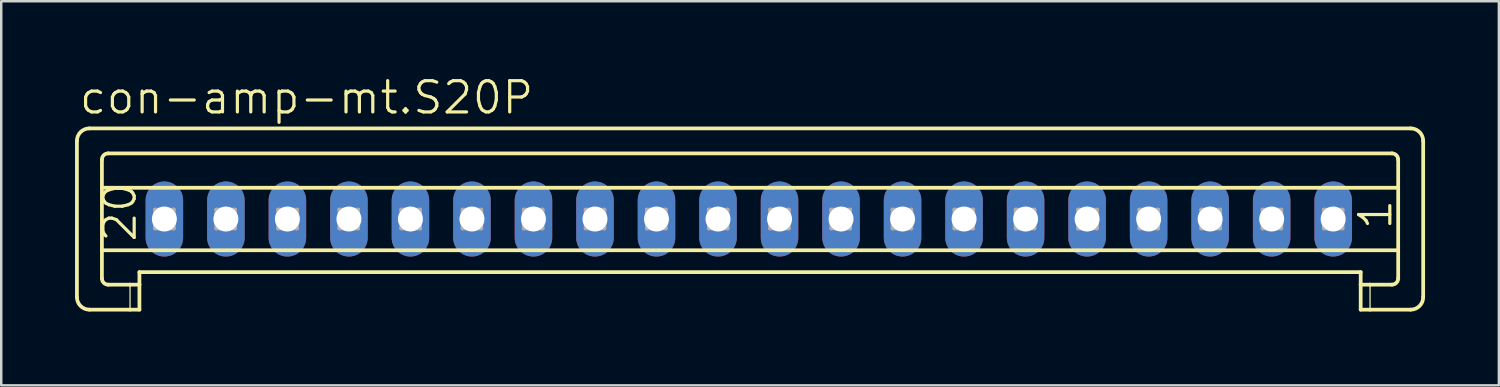
<source format=kicad_pcb>
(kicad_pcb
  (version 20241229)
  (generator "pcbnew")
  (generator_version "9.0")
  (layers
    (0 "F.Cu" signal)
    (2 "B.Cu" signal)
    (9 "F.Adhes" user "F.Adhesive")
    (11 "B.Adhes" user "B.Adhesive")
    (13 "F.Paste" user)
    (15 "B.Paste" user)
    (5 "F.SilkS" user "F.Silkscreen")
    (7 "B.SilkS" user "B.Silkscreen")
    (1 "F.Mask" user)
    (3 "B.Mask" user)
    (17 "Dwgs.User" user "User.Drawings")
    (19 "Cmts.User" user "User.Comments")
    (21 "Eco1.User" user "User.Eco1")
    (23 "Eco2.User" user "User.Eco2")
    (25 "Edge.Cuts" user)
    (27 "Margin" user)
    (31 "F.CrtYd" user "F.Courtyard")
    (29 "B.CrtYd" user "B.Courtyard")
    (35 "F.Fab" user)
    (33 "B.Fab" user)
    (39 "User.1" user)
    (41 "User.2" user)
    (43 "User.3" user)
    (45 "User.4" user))
  (footprint "con-amp-mt.S20P"
    (layer "F.Cu")
    (at 27.38 5.851)
    (property "Reference" "con-amp-mt.S20P" (at -27.279 -4.191 0) (layer "F.SilkS") (effects (font (size 1.27 1.27) (thickness 0.13)) (justify left bottom)))
    (attr through_hole)
    (fp_line (start -27.304 -3.175) (end -27.304 3.175) (stroke (width 0.152) (type default)) (layer "F.SilkS"))
    (fp_line (start -26.796 -3.683) (end 26.9 -3.683) (stroke (width 0.152) (type default)) (layer "F.SilkS"))
    (fp_line (start -26.288 -1.27) (end -26.288 -2.413) (stroke (width 0.152) (type default)) (layer "F.SilkS"))
    (fp_line (start -26.288 -1.27) (end 26.392 -1.27) (stroke (width 0.152) (type default)) (layer "F.SilkS"))
    (fp_line (start -26.288 1.27) (end -26.288 -1.27) (stroke (width 0.152) (type default)) (layer "F.SilkS"))
    (fp_line (start -26.288 1.27) (end 26.392 1.27) (stroke (width 0.152) (type default)) (layer "F.SilkS"))
    (fp_line (start -26.288 2.413) (end -26.288 1.27) (stroke (width 0.152) (type default)) (layer "F.SilkS"))
    (fp_line (start -26.034 -2.667) (end 26.138 -2.667) (stroke (width 0.152) (type default)) (layer "F.SilkS"))
    (fp_line (start -26.034 2.667) (end -25.145 2.667) (stroke (width 0.152) (type default)) (layer "F.SilkS"))
    (fp_line (start -25.145 2.667) (end -25.145 3.683) (stroke (width 0.051) (type default)) (layer "F.SilkS"))
    (fp_line (start -25.145 2.667) (end -24.764 2.667) (stroke (width 0.152) (type default)) (layer "F.SilkS"))
    (fp_line (start -25.145 3.683) (end -26.796 3.683) (stroke (width 0.152) (type default)) (layer "F.SilkS"))
    (fp_line (start -24.764 2.159) (end 24.868 2.159) (stroke (width 0.152) (type default)) (layer "F.SilkS"))
    (fp_line (start -24.764 2.667) (end -24.764 2.159) (stroke (width 0.152) (type default)) (layer "F.SilkS"))
    (fp_line (start -24.764 2.667) (end -24.764 3.683) (stroke (width 0.152) (type default)) (layer "F.SilkS"))
    (fp_line (start -24.764 3.683) (end -25.145 3.683) (stroke (width 0.152) (type default)) (layer "F.SilkS"))
    (fp_line (start 24.868 2.667) (end 24.868 2.159) (stroke (width 0.152) (type default)) (layer "F.SilkS"))
    (fp_line (start 24.868 2.667) (end 25.249 2.667) (stroke (width 0.152) (type default)) (layer "F.SilkS"))
    (fp_line (start 24.868 3.683) (end 24.868 2.667) (stroke (width 0.152) (type default)) (layer "F.SilkS"))
    (fp_line (start 25.249 2.667) (end 25.249 3.683) (stroke (width 0.051) (type default)) (layer "F.SilkS"))
    (fp_line (start 25.249 2.667) (end 26.138 2.667) (stroke (width 0.152) (type default)) (layer "F.SilkS"))
    (fp_line (start 25.249 3.683) (end 24.868 3.683) (stroke (width 0.152) (type default)) (layer "F.SilkS"))
    (fp_line (start 26.392 -1.27) (end 26.392 -2.413) (stroke (width 0.152) (type default)) (layer "F.SilkS"))
    (fp_line (start 26.392 1.27) (end 26.392 -1.27) (stroke (width 0.152) (type default)) (layer "F.SilkS"))
    (fp_line (start 26.392 2.413) (end 26.392 1.27) (stroke (width 0.152) (type default)) (layer "F.SilkS"))
    (fp_line (start 26.9 3.683) (end 25.249 3.683) (stroke (width 0.152) (type default)) (layer "F.SilkS"))
    (fp_line (start 27.408 -3.175) (end 27.408 3.175) (stroke (width 0.152) (type default)) (layer "F.SilkS"))
    (fp_arc (start -27.304 -3.175) (mid -27.15521 -3.53421) (end -26.796 -3.683) (stroke (width 0.1524) (type default)) (layer "F.SilkS"))
    (fp_arc (start -26.796 3.683) (mid -27.15521 3.53421) (end -27.304 3.175) (stroke (width 0.1524) (type default)) (layer "F.SilkS"))
    (fp_arc (start -26.288 -2.413) (mid -26.213605 -2.592605) (end -26.034 -2.667) (stroke (width 0.1524) (type default)) (layer "F.SilkS"))
    (fp_arc (start -26.034 2.667) (mid -26.213605 2.592605) (end -26.288 2.413) (stroke (width 0.1524) (type default)) (layer "F.SilkS"))
    (fp_arc (start 26.138 -2.667) (mid 26.317605 -2.592605) (end 26.392 -2.413) (stroke (width 0.1524) (type default)) (layer "F.SilkS"))
    (fp_arc (start 26.392 2.413) (mid 26.317605 2.592605) (end 26.138 2.667) (stroke (width 0.1524) (type default)) (layer "F.SilkS"))
    (fp_arc (start 26.9 -3.683) (mid 27.25921 -3.53421) (end 27.408 -3.175) (stroke (width 0.1524) (type default)) (layer "F.SilkS"))
    (fp_arc (start 27.408 3.175) (mid 27.25921 3.53421) (end 26.9 3.683) (stroke (width 0.1524) (type default)) (layer "F.SilkS"))
    (fp_line (start -24.129 -0.381) (end -24.129 0.381) (stroke (width 0.152) (type default)) (layer "F.Fab"))
    (fp_line (start -24.129 -0.381) (end -23.367 0.381) (stroke (width 0.152) (type default)) (layer "F.Fab"))
    (fp_line (start -24.129 0.381) (end -23.367 0.381) (stroke (width 0.152) (type default)) (layer "F.Fab"))
    (fp_line (start -23.367 -0.381) (end -24.129 -0.381) (stroke (width 0.152) (type default)) (layer "F.Fab"))
    (fp_line (start -23.367 -0.381) (end -24.129 0.381) (stroke (width 0.152) (type default)) (layer "F.Fab"))
    (fp_line (start -23.367 0.381) (end -23.367 -0.381) (stroke (width 0.152) (type default)) (layer "F.Fab"))
    (fp_line (start -21.64 -0.381) (end -21.64 0.381) (stroke (width 0.152) (type default)) (layer "F.Fab"))
    (fp_line (start -21.64 -0.381) (end -20.878 0.381) (stroke (width 0.152) (type default)) (layer "F.Fab"))
    (fp_line (start -21.64 0.381) (end -20.878 0.381) (stroke (width 0.152) (type default)) (layer "F.Fab"))
    (fp_line (start -20.878 -0.381) (end -21.64 -0.381) (stroke (width 0.152) (type default)) (layer "F.Fab"))
    (fp_line (start -20.878 -0.381) (end -21.64 0.381) (stroke (width 0.152) (type default)) (layer "F.Fab"))
    (fp_line (start -20.878 0.381) (end -20.878 -0.381) (stroke (width 0.152) (type default)) (layer "F.Fab"))
    (fp_line (start -19.125 -0.381) (end -19.125 0.381) (stroke (width 0.152) (type default)) (layer "F.Fab"))
    (fp_line (start -19.125 -0.381) (end -18.363 0.381) (stroke (width 0.152) (type default)) (layer "F.Fab"))
    (fp_line (start -19.125 0.381) (end -18.363 0.381) (stroke (width 0.152) (type default)) (layer "F.Fab"))
    (fp_line (start -18.363 -0.381) (end -19.125 -0.381) (stroke (width 0.152) (type default)) (layer "F.Fab"))
    (fp_line (start -18.363 -0.381) (end -19.125 0.381) (stroke (width 0.152) (type default)) (layer "F.Fab"))
    (fp_line (start -18.363 0.381) (end -18.363 -0.381) (stroke (width 0.152) (type default)) (layer "F.Fab"))
    (fp_line (start -16.636 -0.381) (end -16.636 0.381) (stroke (width 0.152) (type default)) (layer "F.Fab"))
    (fp_line (start -16.636 -0.381) (end -15.874 0.381) (stroke (width 0.152) (type default)) (layer "F.Fab"))
    (fp_line (start -16.636 0.381) (end -15.874 0.381) (stroke (width 0.152) (type default)) (layer "F.Fab"))
    (fp_line (start -15.874 -0.381) (end -16.636 -0.381) (stroke (width 0.152) (type default)) (layer "F.Fab"))
    (fp_line (start -15.874 -0.381) (end -16.636 0.381) (stroke (width 0.152) (type default)) (layer "F.Fab"))
    (fp_line (start -15.874 0.381) (end -15.874 -0.381) (stroke (width 0.152) (type default)) (layer "F.Fab"))
    (fp_line (start -14.121 -0.381) (end -14.121 0.381) (stroke (width 0.152) (type default)) (layer "F.Fab"))
    (fp_line (start -14.121 -0.381) (end -13.359 0.381) (stroke (width 0.152) (type default)) (layer "F.Fab"))
    (fp_line (start -14.121 0.381) (end -13.359 0.381) (stroke (width 0.152) (type default)) (layer "F.Fab"))
    (fp_line (start -13.359 -0.381) (end -14.121 -0.381) (stroke (width 0.152) (type default)) (layer "F.Fab"))
    (fp_line (start -13.359 -0.381) (end -14.121 0.381) (stroke (width 0.152) (type default)) (layer "F.Fab"))
    (fp_line (start -13.359 0.381) (end -13.359 -0.381) (stroke (width 0.152) (type default)) (layer "F.Fab"))
    (fp_line (start -11.632 -0.381) (end -11.632 0.381) (stroke (width 0.152) (type default)) (layer "F.Fab"))
    (fp_line (start -11.632 -0.381) (end -10.87 0.381) (stroke (width 0.152) (type default)) (layer "F.Fab"))
    (fp_line (start -11.632 0.381) (end -10.87 0.381) (stroke (width 0.152) (type default)) (layer "F.Fab"))
    (fp_line (start -10.87 -0.381) (end -11.632 -0.381) (stroke (width 0.152) (type default)) (layer "F.Fab"))
    (fp_line (start -10.87 -0.381) (end -11.632 0.381) (stroke (width 0.152) (type default)) (layer "F.Fab"))
    (fp_line (start -10.87 0.381) (end -10.87 -0.381) (stroke (width 0.152) (type default)) (layer "F.Fab"))
    (fp_line (start -9.143 -0.381) (end -9.143 0.381) (stroke (width 0.152) (type default)) (layer "F.Fab"))
    (fp_line (start -9.143 -0.381) (end -8.381 0.381) (stroke (width 0.152) (type default)) (layer "F.Fab"))
    (fp_line (start -9.143 0.381) (end -8.381 0.381) (stroke (width 0.152) (type default)) (layer "F.Fab"))
    (fp_line (start -8.381 -0.381) (end -9.143 -0.381) (stroke (width 0.152) (type default)) (layer "F.Fab"))
    (fp_line (start -8.381 -0.381) (end -9.143 0.381) (stroke (width 0.152) (type default)) (layer "F.Fab"))
    (fp_line (start -8.381 0.381) (end -8.381 -0.381) (stroke (width 0.152) (type default)) (layer "F.Fab"))
    (fp_line (start -6.628 -0.381) (end -6.628 0.381) (stroke (width 0.152) (type default)) (layer "F.Fab"))
    (fp_line (start -6.628 -0.381) (end -5.866 0.381) (stroke (width 0.152) (type default)) (layer "F.Fab"))
    (fp_line (start -6.628 0.381) (end -5.866 0.381) (stroke (width 0.152) (type default)) (layer "F.Fab"))
    (fp_line (start -5.866 -0.381) (end -6.628 -0.381) (stroke (width 0.152) (type default)) (layer "F.Fab"))
    (fp_line (start -5.866 -0.381) (end -6.628 0.381) (stroke (width 0.152) (type default)) (layer "F.Fab"))
    (fp_line (start -5.866 0.381) (end -5.866 -0.381) (stroke (width 0.152) (type default)) (layer "F.Fab"))
    (fp_line (start -4.139 -0.381) (end -4.139 0.381) (stroke (width 0.152) (type default)) (layer "F.Fab"))
    (fp_line (start -4.139 -0.381) (end -3.377 0.381) (stroke (width 0.152) (type default)) (layer "F.Fab"))
    (fp_line (start -4.139 0.381) (end -3.377 0.381) (stroke (width 0.152) (type default)) (layer "F.Fab"))
    (fp_line (start -3.377 -0.381) (end -4.139 -0.381) (stroke (width 0.152) (type default)) (layer "F.Fab"))
    (fp_line (start -3.377 -0.381) (end -4.139 0.381) (stroke (width 0.152) (type default)) (layer "F.Fab"))
    (fp_line (start -3.377 0.381) (end -3.377 -0.381) (stroke (width 0.152) (type default)) (layer "F.Fab"))
    (fp_line (start -1.625 -0.381) (end -1.625 0.381) (stroke (width 0.152) (type default)) (layer "F.Fab"))
    (fp_line (start -1.625 -0.381) (end -0.863 0.381) (stroke (width 0.152) (type default)) (layer "F.Fab"))
    (fp_line (start -1.625 0.381) (end -0.863 0.381) (stroke (width 0.152) (type default)) (layer "F.Fab"))
    (fp_line (start -0.863 -0.381) (end -1.625 -0.381) (stroke (width 0.152) (type default)) (layer "F.Fab"))
    (fp_line (start -0.863 -0.381) (end -1.625 0.381) (stroke (width 0.152) (type default)) (layer "F.Fab"))
    (fp_line (start -0.863 0.381) (end -0.863 -0.381) (stroke (width 0.152) (type default)) (layer "F.Fab"))
    (fp_line (start 0.865 -0.381) (end 0.865 0.381) (stroke (width 0.152) (type default)) (layer "F.Fab"))
    (fp_line (start 0.865 -0.381) (end 1.627 0.381) (stroke (width 0.152) (type default)) (layer "F.Fab"))
    (fp_line (start 0.865 0.381) (end 1.627 0.381) (stroke (width 0.152) (type default)) (layer "F.Fab"))
    (fp_line (start 1.627 -0.381) (end 0.865 -0.381) (stroke (width 0.152) (type default)) (layer "F.Fab"))
    (fp_line (start 1.627 -0.381) (end 0.865 0.381) (stroke (width 0.152) (type default)) (layer "F.Fab"))
    (fp_line (start 1.627 0.381) (end 1.627 -0.381) (stroke (width 0.152) (type default)) (layer "F.Fab"))
    (fp_line (start 3.354 -0.381) (end 3.354 0.381) (stroke (width 0.152) (type default)) (layer "F.Fab"))
    (fp_line (start 3.354 -0.381) (end 4.116 0.381) (stroke (width 0.152) (type default)) (layer "F.Fab"))
    (fp_line (start 3.354 0.381) (end 4.116 0.381) (stroke (width 0.152) (type default)) (layer "F.Fab"))
    (fp_line (start 4.116 -0.381) (end 3.354 -0.381) (stroke (width 0.152) (type default)) (layer "F.Fab"))
    (fp_line (start 4.116 -0.381) (end 3.354 0.381) (stroke (width 0.152) (type default)) (layer "F.Fab"))
    (fp_line (start 4.116 0.381) (end 4.116 -0.381) (stroke (width 0.152) (type default)) (layer "F.Fab"))
    (fp_line (start 5.843 -0.381) (end 5.843 0.381) (stroke (width 0.152) (type default)) (layer "F.Fab"))
    (fp_line (start 5.843 -0.381) (end 6.605 0.381) (stroke (width 0.152) (type default)) (layer "F.Fab"))
    (fp_line (start 5.843 0.381) (end 6.605 0.381) (stroke (width 0.152) (type default)) (layer "F.Fab"))
    (fp_line (start 6.605 -0.381) (end 5.843 -0.381) (stroke (width 0.152) (type default)) (layer "F.Fab"))
    (fp_line (start 6.605 -0.381) (end 5.843 0.381) (stroke (width 0.152) (type default)) (layer "F.Fab"))
    (fp_line (start 6.605 0.381) (end 6.605 -0.381) (stroke (width 0.152) (type default)) (layer "F.Fab"))
    (fp_line (start 8.358 -0.381) (end 8.358 0.381) (stroke (width 0.152) (type default)) (layer "F.Fab"))
    (fp_line (start 8.358 -0.381) (end 9.12 0.381) (stroke (width 0.152) (type default)) (layer "F.Fab"))
    (fp_line (start 8.358 0.381) (end 9.12 0.381) (stroke (width 0.152) (type default)) (layer "F.Fab"))
    (fp_line (start 9.12 -0.381) (end 8.358 -0.381) (stroke (width 0.152) (type default)) (layer "F.Fab"))
    (fp_line (start 9.12 -0.381) (end 8.358 0.381) (stroke (width 0.152) (type default)) (layer "F.Fab"))
    (fp_line (start 9.12 0.381) (end 9.12 -0.381) (stroke (width 0.152) (type default)) (layer "F.Fab"))
    (fp_line (start 10.847 -0.381) (end 10.847 0.381) (stroke (width 0.152) (type default)) (layer "F.Fab"))
    (fp_line (start 10.847 -0.381) (end 11.609 0.381) (stroke (width 0.152) (type default)) (layer "F.Fab"))
    (fp_line (start 10.847 0.381) (end 11.609 0.381) (stroke (width 0.152) (type default)) (layer "F.Fab"))
    (fp_line (start 11.609 -0.381) (end 10.847 -0.381) (stroke (width 0.152) (type default)) (layer "F.Fab"))
    (fp_line (start 11.609 -0.381) (end 10.847 0.381) (stroke (width 0.152) (type default)) (layer "F.Fab"))
    (fp_line (start 11.609 0.381) (end 11.609 -0.381) (stroke (width 0.152) (type default)) (layer "F.Fab"))
    (fp_line (start 13.387 -0.381) (end 13.387 0.381) (stroke (width 0.152) (type default)) (layer "F.Fab"))
    (fp_line (start 13.387 -0.381) (end 14.149 0.381) (stroke (width 0.152) (type default)) (layer "F.Fab"))
    (fp_line (start 13.387 0.381) (end 14.149 0.381) (stroke (width 0.152) (type default)) (layer "F.Fab"))
    (fp_line (start 14.149 -0.381) (end 13.387 -0.381) (stroke (width 0.152) (type default)) (layer "F.Fab"))
    (fp_line (start 14.149 -0.381) (end 13.387 0.381) (stroke (width 0.152) (type default)) (layer "F.Fab"))
    (fp_line (start 14.149 0.381) (end 14.149 -0.381) (stroke (width 0.152) (type default)) (layer "F.Fab"))
    (fp_line (start 15.876 -0.381) (end 15.876 0.381) (stroke (width 0.152) (type default)) (layer "F.Fab"))
    (fp_line (start 15.876 -0.381) (end 16.638 0.381) (stroke (width 0.152) (type default)) (layer "F.Fab"))
    (fp_line (start 15.876 0.381) (end 16.638 0.381) (stroke (width 0.152) (type default)) (layer "F.Fab"))
    (fp_line (start 16.638 -0.381) (end 15.876 -0.381) (stroke (width 0.152) (type default)) (layer "F.Fab"))
    (fp_line (start 16.638 -0.381) (end 15.876 0.381) (stroke (width 0.152) (type default)) (layer "F.Fab"))
    (fp_line (start 16.638 0.381) (end 16.638 -0.381) (stroke (width 0.152) (type default)) (layer "F.Fab"))
    (fp_line (start 18.391 -0.381) (end 18.391 0.381) (stroke (width 0.152) (type default)) (layer "F.Fab"))
    (fp_line (start 18.391 -0.381) (end 19.153 0.381) (stroke (width 0.152) (type default)) (layer "F.Fab"))
    (fp_line (start 18.391 0.381) (end 19.153 0.381) (stroke (width 0.152) (type default)) (layer "F.Fab"))
    (fp_line (start 19.153 -0.381) (end 18.391 -0.381) (stroke (width 0.152) (type default)) (layer "F.Fab"))
    (fp_line (start 19.153 -0.381) (end 18.391 0.381) (stroke (width 0.152) (type default)) (layer "F.Fab"))
    (fp_line (start 19.153 0.381) (end 19.153 -0.381) (stroke (width 0.152) (type default)) (layer "F.Fab"))
    (fp_line (start 20.88 -0.381) (end 20.88 0.381) (stroke (width 0.152) (type default)) (layer "F.Fab"))
    (fp_line (start 20.88 -0.381) (end 21.642 0.381) (stroke (width 0.152) (type default)) (layer "F.Fab"))
    (fp_line (start 20.88 0.381) (end 21.642 0.381) (stroke (width 0.152) (type default)) (layer "F.Fab"))
    (fp_line (start 21.642 -0.381) (end 20.88 -0.381) (stroke (width 0.152) (type default)) (layer "F.Fab"))
    (fp_line (start 21.642 -0.381) (end 20.88 0.381) (stroke (width 0.152) (type default)) (layer "F.Fab"))
    (fp_line (start 21.642 0.381) (end 21.642 -0.381) (stroke (width 0.152) (type default)) (layer "F.Fab"))
    (fp_line (start 23.369 -0.381) (end 23.369 0.381) (stroke (width 0.152) (type default)) (layer "F.Fab"))
    (fp_line (start 23.369 -0.381) (end 24.131 0.381) (stroke (width 0.152) (type default)) (layer "F.Fab"))
    (fp_line (start 23.369 0.381) (end 24.131 0.381) (stroke (width 0.152) (type default)) (layer "F.Fab"))
    (fp_line (start 24.131 -0.381) (end 23.369 -0.381) (stroke (width 0.152) (type default)) (layer "F.Fab"))
    (fp_line (start 24.131 -0.381) (end 23.369 0.381) (stroke (width 0.152) (type default)) (layer "F.Fab"))
    (fp_line (start 24.131 0.381) (end 24.131 -0.381) (stroke (width 0.152) (type default)) (layer "F.Fab"))
    (fp_text user "20" (at -24.815 1.016 90) (layer "F.SilkS") (effects (font (size 1.27 1.27) (thickness 0.13)) (justify left bottom)))
    (fp_text user "1" (at 26.214 0.508 90) (layer "F.SilkS") (effects (font (size 1.27 1.27) (thickness 0.13)) (justify left bottom)))
    (pad "1" thru_hole oval (at 23.75 0 90) (size 3.048 1.524) (drill 1.016) (layers "*.Cu" "*.Mask"))
    (pad "2" thru_hole oval (at 21.25 0 90) (size 3.048 1.524) (drill 1.016) (layers "*.Cu" "*.Mask"))
    (pad "3" thru_hole oval (at 18.75 0 90) (size 3.048 1.524) (drill 1.016) (layers "*.Cu" "*.Mask"))
    (pad "4" thru_hole oval (at 16.25 0 90) (size 3.048 1.524) (drill 1.016) (layers "*.Cu" "*.Mask"))
    (pad "5" thru_hole oval (at 13.75 0 90) (size 3.048 1.524) (drill 1.016) (layers "*.Cu" "*.Mask"))
    (pad "6" thru_hole oval (at 11.25 0 90) (size 3.048 1.524) (drill 1.016) (layers "*.Cu" "*.Mask"))
    (pad "7" thru_hole oval (at 8.75 0 90) (size 3.048 1.524) (drill 1.016) (layers "*.Cu" "*.Mask"))
    (pad "8" thru_hole oval (at 6.25 0 90) (size 3.048 1.524) (drill 1.016) (layers "*.Cu" "*.Mask"))
    (pad "9" thru_hole oval (at 3.75 0 90) (size 3.048 1.524) (drill 1.016) (layers "*.Cu" "*.Mask"))
    (pad "10" thru_hole oval (at 1.25 0 90) (size 3.048 1.524) (drill 1.016) (layers "*.Cu" "*.Mask"))
    (pad "11" thru_hole oval (at -1.25 0 90) (size 3.048 1.524) (drill 1.016) (layers "*.Cu" "*.Mask"))
    (pad "12" thru_hole oval (at -3.75 0 90) (size 3.048 1.524) (drill 1.016) (layers "*.Cu" "*.Mask"))
    (pad "13" thru_hole oval (at -6.25 0 90) (size 3.048 1.524) (drill 1.016) (layers "*.Cu" "*.Mask"))
    (pad "14" thru_hole oval (at -8.75 0 90) (size 3.048 1.524) (drill 1.016) (layers "*.Cu" "*.Mask"))
    (pad "15" thru_hole oval (at -11.25 0 90) (size 3.048 1.524) (drill 1.016) (layers "*.Cu" "*.Mask"))
    (pad "16" thru_hole oval (at -13.75 0 90) (size 3.048 1.524) (drill 1.016) (layers "*.Cu" "*.Mask"))
    (pad "17" thru_hole oval (at -16.25 0 90) (size 3.048 1.524) (drill 1.016) (layers "*.Cu" "*.Mask"))
    (pad "18" thru_hole oval (at -18.75 0 90) (size 3.048 1.524) (drill 1.016) (layers "*.Cu" "*.Mask"))
    (pad "19" thru_hole oval (at -21.25 0 90) (size 3.048 1.524) (drill 1.016) (layers "*.Cu" "*.Mask"))
    (pad "20" thru_hole oval (at -23.75 0 90) (size 3.048 1.524) (drill 1.016) (layers "*.Cu" "*.Mask")))
  (gr_rect
    (start -3 -3)
    (end 57.864 12.61)
    (stroke (width 0.1) (type default))
    (fill no)
    (layer "Edge.Cuts")))
</source>
